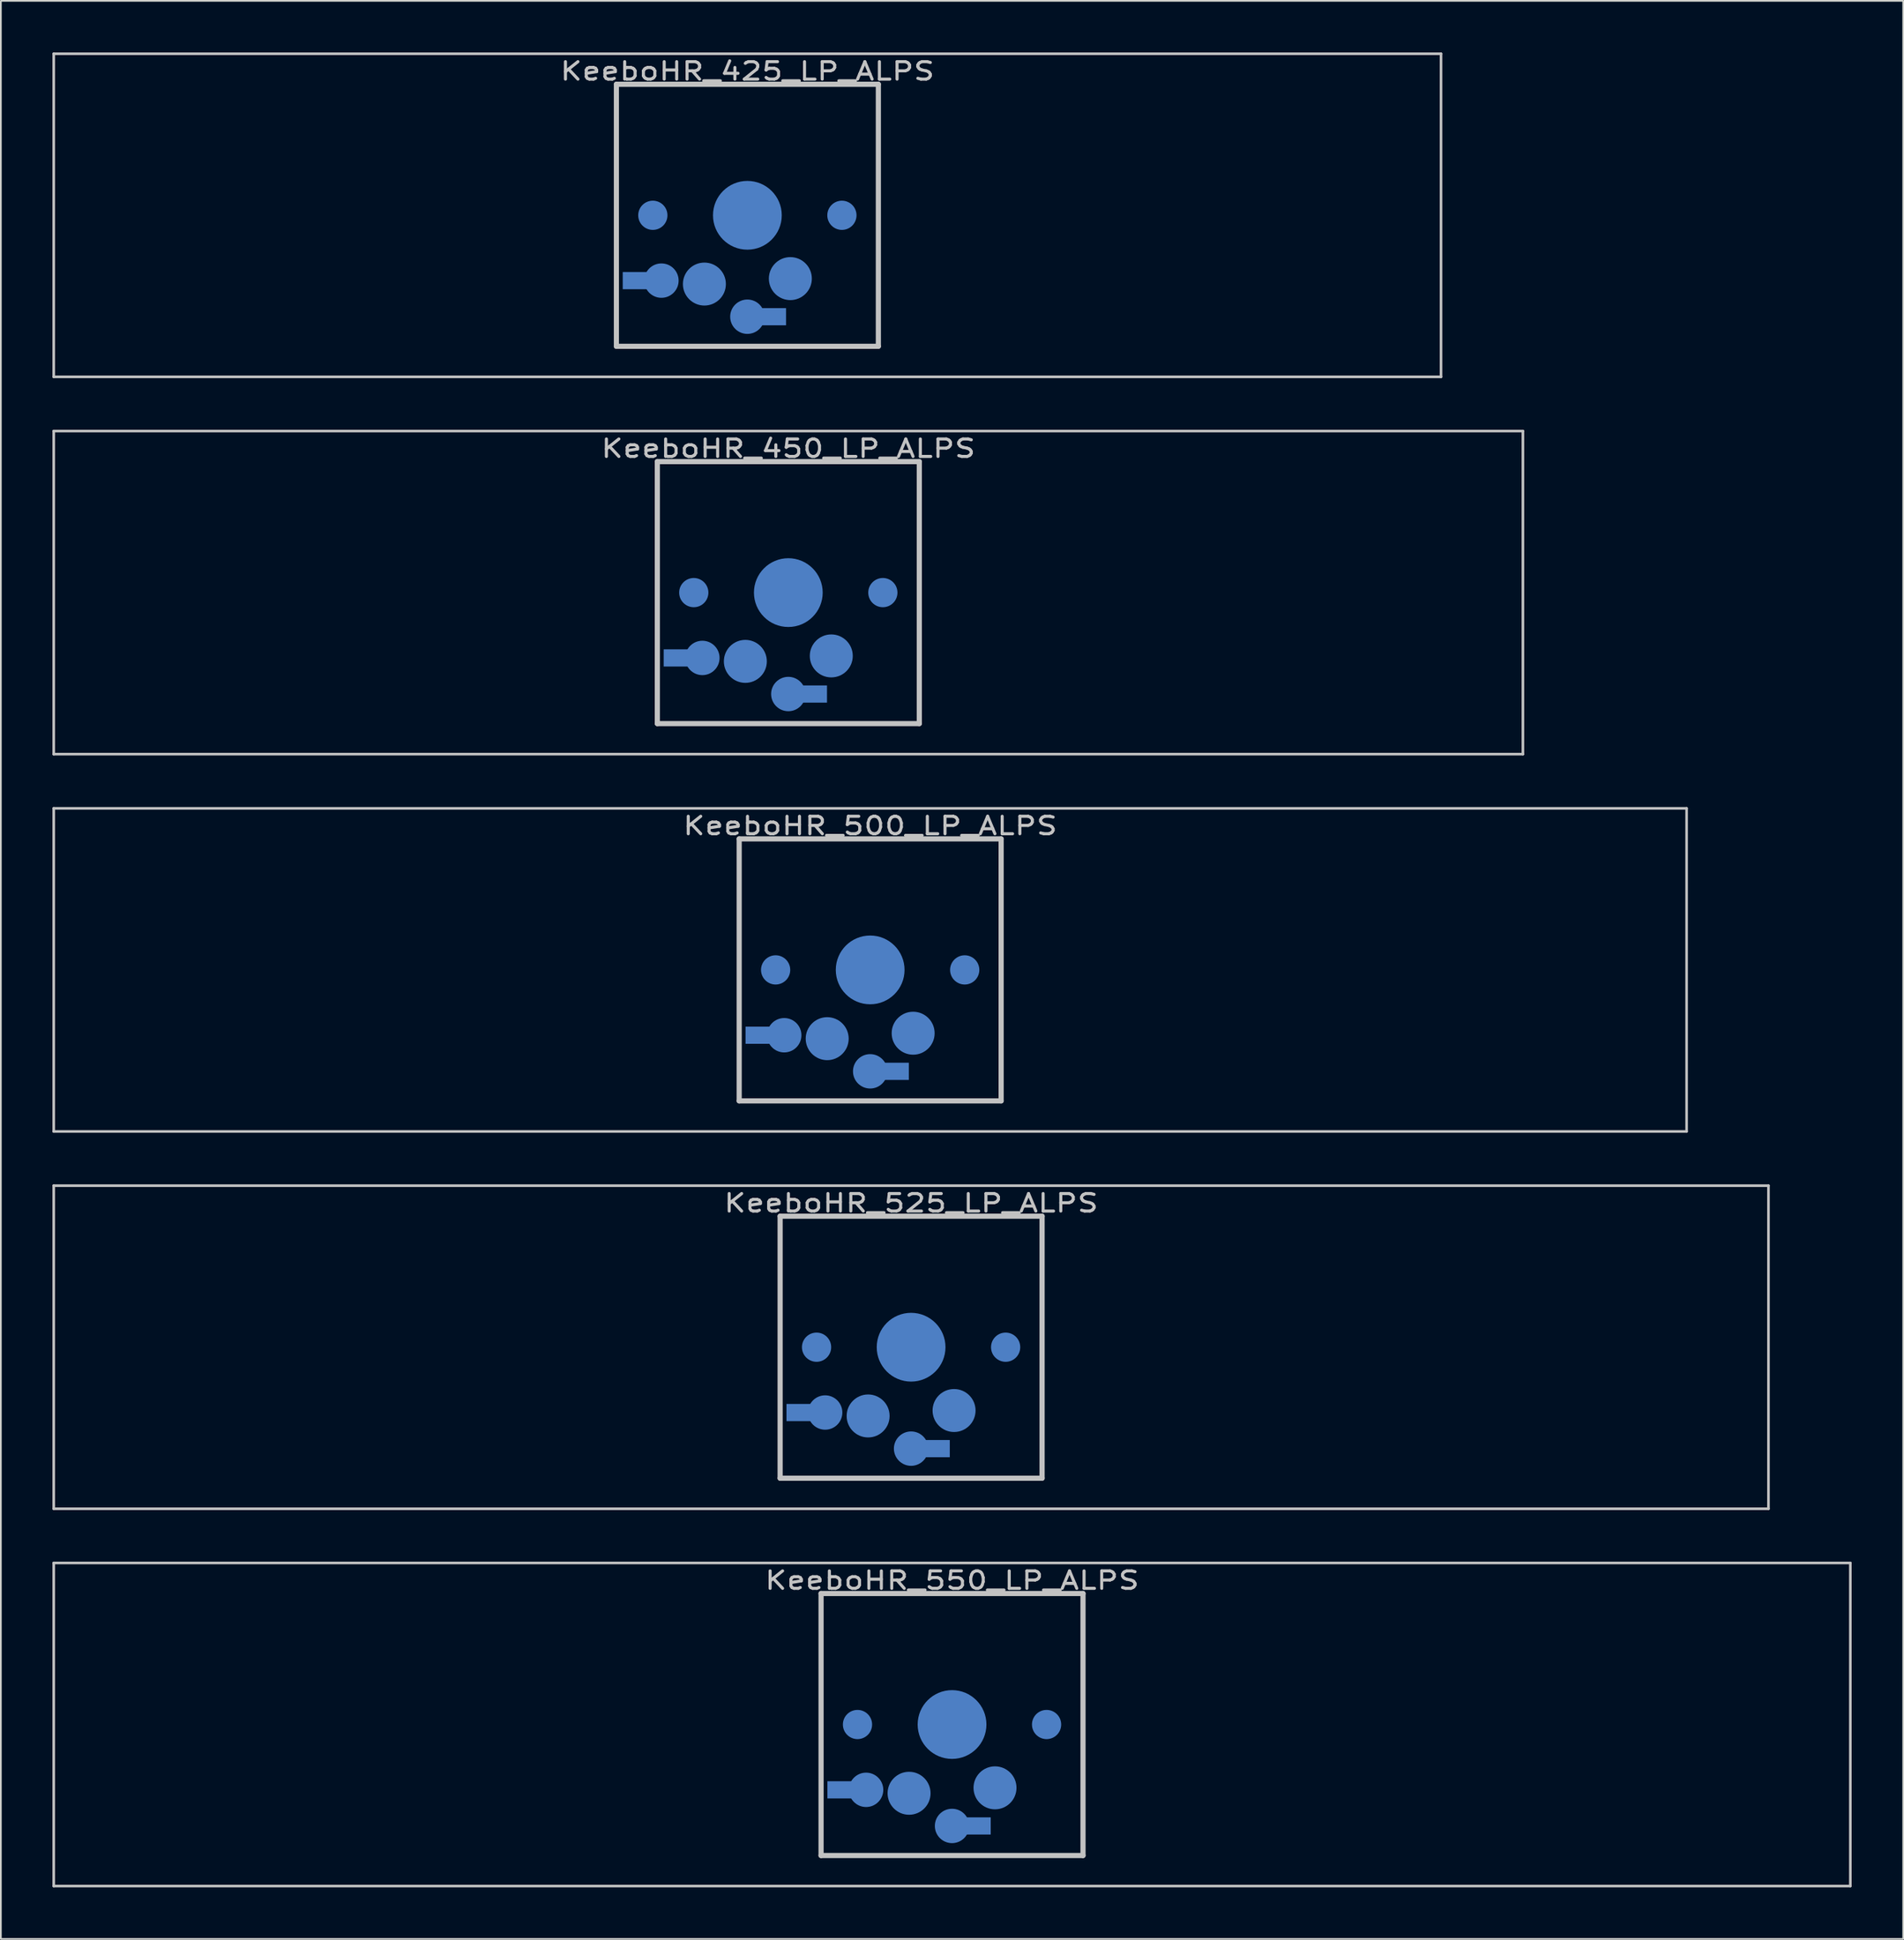
<source format=kicad_pcb>
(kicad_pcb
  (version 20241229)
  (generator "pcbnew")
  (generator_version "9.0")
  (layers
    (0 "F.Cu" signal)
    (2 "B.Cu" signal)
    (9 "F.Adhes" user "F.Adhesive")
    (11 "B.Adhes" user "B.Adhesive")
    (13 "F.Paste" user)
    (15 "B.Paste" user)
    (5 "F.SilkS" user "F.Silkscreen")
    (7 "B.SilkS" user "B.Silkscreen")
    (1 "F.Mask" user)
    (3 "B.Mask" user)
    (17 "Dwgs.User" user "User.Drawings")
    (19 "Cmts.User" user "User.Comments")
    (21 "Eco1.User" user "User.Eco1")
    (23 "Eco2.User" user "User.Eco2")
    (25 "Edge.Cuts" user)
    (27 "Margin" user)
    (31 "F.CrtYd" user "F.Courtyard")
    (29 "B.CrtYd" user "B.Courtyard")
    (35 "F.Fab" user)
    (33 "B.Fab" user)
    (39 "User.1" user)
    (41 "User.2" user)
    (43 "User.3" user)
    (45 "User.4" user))
  (footprint "KeeboHR_450_LP_ALPS"
    (layer "B.Cu")
    (at 42.812 31.423)
    (property "Reference" "KeeboHR_450_LP_ALPS" (at 0 -8.382 0) (layer "Dwgs.User") (effects (font (size 1.016 1.27) (thickness 0.178))))
    (attr through_hole)
    (fp_line (start -42.736 -9.398) (end 42.736 -9.398) (stroke (width 0.152) (type solid)) (layer "Dwgs.User"))
    (fp_line (start -42.736 9.398) (end -42.736 -9.398) (stroke (width 0.152) (type solid)) (layer "Dwgs.User"))
    (fp_line (start -7.62 -7.62) (end 7.62 -7.62) (stroke (width 0.3) (type solid)) (layer "Dwgs.User"))
    (fp_line (start -7.62 7.62) (end -7.62 -7.62) (stroke (width 0.3) (type solid)) (layer "Dwgs.User"))
    (fp_line (start 7.62 -7.62) (end 7.62 7.62) (stroke (width 0.3) (type solid)) (layer "Dwgs.User"))
    (fp_line (start 7.62 7.62) (end -7.62 7.62) (stroke (width 0.3) (type solid)) (layer "Dwgs.User"))
    (fp_line (start 42.736 -9.398) (end 42.736 9.398) (stroke (width 0.152) (type solid)) (layer "Dwgs.User"))
    (fp_line (start 42.736 9.398) (end -42.736 9.398) (stroke (width 0.152) (type solid)) (layer "Dwgs.User"))
    (pad "" smd circle (at -5.5 0) (size 1.7 1.7) (layers "B.Cu" "B.Mask"))
    (pad "" smd circle (at 0 0) (size 4 4) (layers "B.Cu" "B.Mask"))
    (pad "" smd circle (at 5.5 0) (size 1.7 1.7) (layers "B.Cu" "B.Mask"))
    (pad "1" smd circle (at 0 5.9) (size 2 2) (layers "B.Cu" "B.Mask"))
    (pad "1" smd rect (at 1.25 5.9) (size 2 1) (layers "B.Cu" "B.Mask"))
    (pad "1" smd circle (at 2.5 3.683) (size 2.5 2.5) (layers "B.Cu" "B.Mask"))
    (pad "2" smd rect (at -6.25 3.8) (size 2 1) (layers "B.Cu" "B.Mask"))
    (pad "2" smd circle (at -5 3.8) (size 2 2) (layers "B.Cu" "B.Mask"))
    (pad "2" smd circle (at -2.5 4) (size 2.5 2.5) (layers "B.Cu" "B.Mask")))
  (footprint "KeeboHR_550_LP_ALPS"
    (layer "B.Cu")
    (at 52.337 97.268)
    (property "Reference" "KeeboHR_550_LP_ALPS" (at 0 -8.382 0) (layer "Dwgs.User") (effects (font (size 1.016 1.27) (thickness 0.178))))
    (attr through_hole)
    (fp_line (start -52.261 -9.398) (end 52.261 -9.398) (stroke (width 0.152) (type solid)) (layer "Dwgs.User"))
    (fp_line (start -52.261 9.398) (end -52.261 -9.398) (stroke (width 0.152) (type solid)) (layer "Dwgs.User"))
    (fp_line (start -7.62 -7.62) (end 7.62 -7.62) (stroke (width 0.3) (type solid)) (layer "Dwgs.User"))
    (fp_line (start -7.62 7.62) (end -7.62 -7.62) (stroke (width 0.3) (type solid)) (layer "Dwgs.User"))
    (fp_line (start 7.62 -7.62) (end 7.62 7.62) (stroke (width 0.3) (type solid)) (layer "Dwgs.User"))
    (fp_line (start 7.62 7.62) (end -7.62 7.62) (stroke (width 0.3) (type solid)) (layer "Dwgs.User"))
    (fp_line (start 52.261 -9.398) (end 52.261 9.398) (stroke (width 0.152) (type solid)) (layer "Dwgs.User"))
    (fp_line (start 52.261 9.398) (end -52.261 9.398) (stroke (width 0.152) (type solid)) (layer "Dwgs.User"))
    (pad "" smd circle (at -5.5 0) (size 1.7 1.7) (layers "B.Cu" "B.Mask"))
    (pad "" smd circle (at 0 0) (size 4 4) (layers "B.Cu" "B.Mask"))
    (pad "" smd circle (at 5.5 0) (size 1.7 1.7) (layers "B.Cu" "B.Mask"))
    (pad "1" smd circle (at 0 5.9) (size 2 2) (layers "B.Cu" "B.Mask"))
    (pad "1" smd rect (at 1.25 5.9) (size 2 1) (layers "B.Cu" "B.Mask"))
    (pad "1" smd circle (at 2.5 3.683) (size 2.5 2.5) (layers "B.Cu" "B.Mask"))
    (pad "2" smd rect (at -6.25 3.8) (size 2 1) (layers "B.Cu" "B.Mask"))
    (pad "2" smd circle (at -5 3.8) (size 2 2) (layers "B.Cu" "B.Mask"))
    (pad "2" smd circle (at -2.5 4) (size 2.5 2.5) (layers "B.Cu" "B.Mask")))
  (footprint "KeeboHR_425_LP_ALPS"
    (layer "B.Cu")
    (at 40.43 9.474)
    (property "Reference" "KeeboHR_425_LP_ALPS" (at 0 -8.382 0) (layer "Dwgs.User") (effects (font (size 1.016 1.27) (thickness 0.178))))
    (attr through_hole)
    (fp_line (start -40.354 -9.398) (end 40.354 -9.398) (stroke (width 0.152) (type solid)) (layer "Dwgs.User"))
    (fp_line (start -40.354 9.398) (end -40.354 -9.398) (stroke (width 0.152) (type solid)) (layer "Dwgs.User"))
    (fp_line (start -7.62 -7.62) (end 7.62 -7.62) (stroke (width 0.3) (type solid)) (layer "Dwgs.User"))
    (fp_line (start -7.62 7.62) (end -7.62 -7.62) (stroke (width 0.3) (type solid)) (layer "Dwgs.User"))
    (fp_line (start 7.62 -7.62) (end 7.62 7.62) (stroke (width 0.3) (type solid)) (layer "Dwgs.User"))
    (fp_line (start 7.62 7.62) (end -7.62 7.62) (stroke (width 0.3) (type solid)) (layer "Dwgs.User"))
    (fp_line (start 40.354 -9.398) (end 40.354 9.398) (stroke (width 0.152) (type solid)) (layer "Dwgs.User"))
    (fp_line (start 40.354 9.398) (end -40.354 9.398) (stroke (width 0.152) (type solid)) (layer "Dwgs.User"))
    (pad "" smd circle (at -5.5 0) (size 1.7 1.7) (layers "B.Cu" "B.Mask"))
    (pad "" smd circle (at 0 0) (size 4 4) (layers "B.Cu" "B.Mask"))
    (pad "" smd circle (at 5.5 0) (size 1.7 1.7) (layers "B.Cu" "B.Mask"))
    (pad "1" smd circle (at 0 5.9) (size 2 2) (layers "B.Cu" "B.Mask"))
    (pad "1" smd rect (at 1.25 5.9) (size 2 1) (layers "B.Cu" "B.Mask"))
    (pad "1" smd circle (at 2.5 3.683) (size 2.5 2.5) (layers "B.Cu" "B.Mask"))
    (pad "2" smd rect (at -6.25 3.8) (size 2 1) (layers "B.Cu" "B.Mask"))
    (pad "2" smd circle (at -5 3.8) (size 2 2) (layers "B.Cu" "B.Mask"))
    (pad "2" smd circle (at -2.5 4) (size 2.5 2.5) (layers "B.Cu" "B.Mask")))
  (footprint "KeeboHR_525_LP_ALPS"
    (layer "B.Cu")
    (at 49.955 75.319)
    (property "Reference" "KeeboHR_525_LP_ALPS" (at 0 -8.382 0) (layer "Dwgs.User") (effects (font (size 1.016 1.27) (thickness 0.178))))
    (attr through_hole)
    (fp_line (start -49.879 -9.398) (end 49.879 -9.398) (stroke (width 0.152) (type solid)) (layer "Dwgs.User"))
    (fp_line (start -49.879 9.398) (end -49.879 -9.398) (stroke (width 0.152) (type solid)) (layer "Dwgs.User"))
    (fp_line (start -7.62 -7.62) (end 7.62 -7.62) (stroke (width 0.3) (type solid)) (layer "Dwgs.User"))
    (fp_line (start -7.62 7.62) (end -7.62 -7.62) (stroke (width 0.3) (type solid)) (layer "Dwgs.User"))
    (fp_line (start 7.62 -7.62) (end 7.62 7.62) (stroke (width 0.3) (type solid)) (layer "Dwgs.User"))
    (fp_line (start 7.62 7.62) (end -7.62 7.62) (stroke (width 0.3) (type solid)) (layer "Dwgs.User"))
    (fp_line (start 49.879 -9.398) (end 49.879 9.398) (stroke (width 0.152) (type solid)) (layer "Dwgs.User"))
    (fp_line (start 49.879 9.398) (end -49.879 9.398) (stroke (width 0.152) (type solid)) (layer "Dwgs.User"))
    (pad "" smd circle (at -5.5 0) (size 1.7 1.7) (layers "B.Cu" "B.Mask"))
    (pad "" smd circle (at 0 0) (size 4 4) (layers "B.Cu" "B.Mask"))
    (pad "" smd circle (at 5.5 0) (size 1.7 1.7) (layers "B.Cu" "B.Mask"))
    (pad "1" smd circle (at 0 5.9) (size 2 2) (layers "B.Cu" "B.Mask"))
    (pad "1" smd rect (at 1.25 5.9) (size 2 1) (layers "B.Cu" "B.Mask"))
    (pad "1" smd circle (at 2.5 3.683) (size 2.5 2.5) (layers "B.Cu" "B.Mask"))
    (pad "2" smd rect (at -6.25 3.8) (size 2 1) (layers "B.Cu" "B.Mask"))
    (pad "2" smd circle (at -5 3.8) (size 2 2) (layers "B.Cu" "B.Mask"))
    (pad "2" smd circle (at -2.5 4) (size 2.5 2.5) (layers "B.Cu" "B.Mask")))
  (footprint "KeeboHR_500_LP_ALPS"
    (layer "B.Cu")
    (at 47.574 53.371)
    (property "Reference" "KeeboHR_500_LP_ALPS" (at 0 -8.382 0) (layer "Dwgs.User") (effects (font (size 1.016 1.27) (thickness 0.178))))
    (attr through_hole)
    (fp_line (start -47.498 -9.398) (end 47.498 -9.398) (stroke (width 0.152) (type solid)) (layer "Dwgs.User"))
    (fp_line (start -47.498 9.398) (end -47.498 -9.398) (stroke (width 0.152) (type solid)) (layer "Dwgs.User"))
    (fp_line (start -7.62 -7.62) (end 7.62 -7.62) (stroke (width 0.3) (type solid)) (layer "Dwgs.User"))
    (fp_line (start -7.62 7.62) (end -7.62 -7.62) (stroke (width 0.3) (type solid)) (layer "Dwgs.User"))
    (fp_line (start 7.62 -7.62) (end 7.62 7.62) (stroke (width 0.3) (type solid)) (layer "Dwgs.User"))
    (fp_line (start 7.62 7.62) (end -7.62 7.62) (stroke (width 0.3) (type solid)) (layer "Dwgs.User"))
    (fp_line (start 47.498 -9.398) (end 47.498 9.398) (stroke (width 0.152) (type solid)) (layer "Dwgs.User"))
    (fp_line (start 47.498 9.398) (end -47.498 9.398) (stroke (width 0.152) (type solid)) (layer "Dwgs.User"))
    (pad "" smd circle (at -5.5 0) (size 1.7 1.7) (layers "B.Cu" "B.Mask"))
    (pad "" smd circle (at 0 0) (size 4 4) (layers "B.Cu" "B.Mask"))
    (pad "" smd circle (at 5.5 0) (size 1.7 1.7) (layers "B.Cu" "B.Mask"))
    (pad "1" smd circle (at 0 5.9) (size 2 2) (layers "B.Cu" "B.Mask"))
    (pad "1" smd rect (at 1.25 5.9) (size 2 1) (layers "B.Cu" "B.Mask"))
    (pad "1" smd circle (at 2.5 3.683) (size 2.5 2.5) (layers "B.Cu" "B.Mask"))
    (pad "2" smd rect (at -6.25 3.8) (size 2 1) (layers "B.Cu" "B.Mask"))
    (pad "2" smd circle (at -5 3.8) (size 2 2) (layers "B.Cu" "B.Mask"))
    (pad "2" smd circle (at -2.5 4) (size 2.5 2.5) (layers "B.Cu" "B.Mask")))
  (gr_rect
    (start -3 -3)
    (end 107.673 109.742)
    (stroke (width 0.1) (type default))
    (fill no)
    (layer "Edge.Cuts")))
</source>
